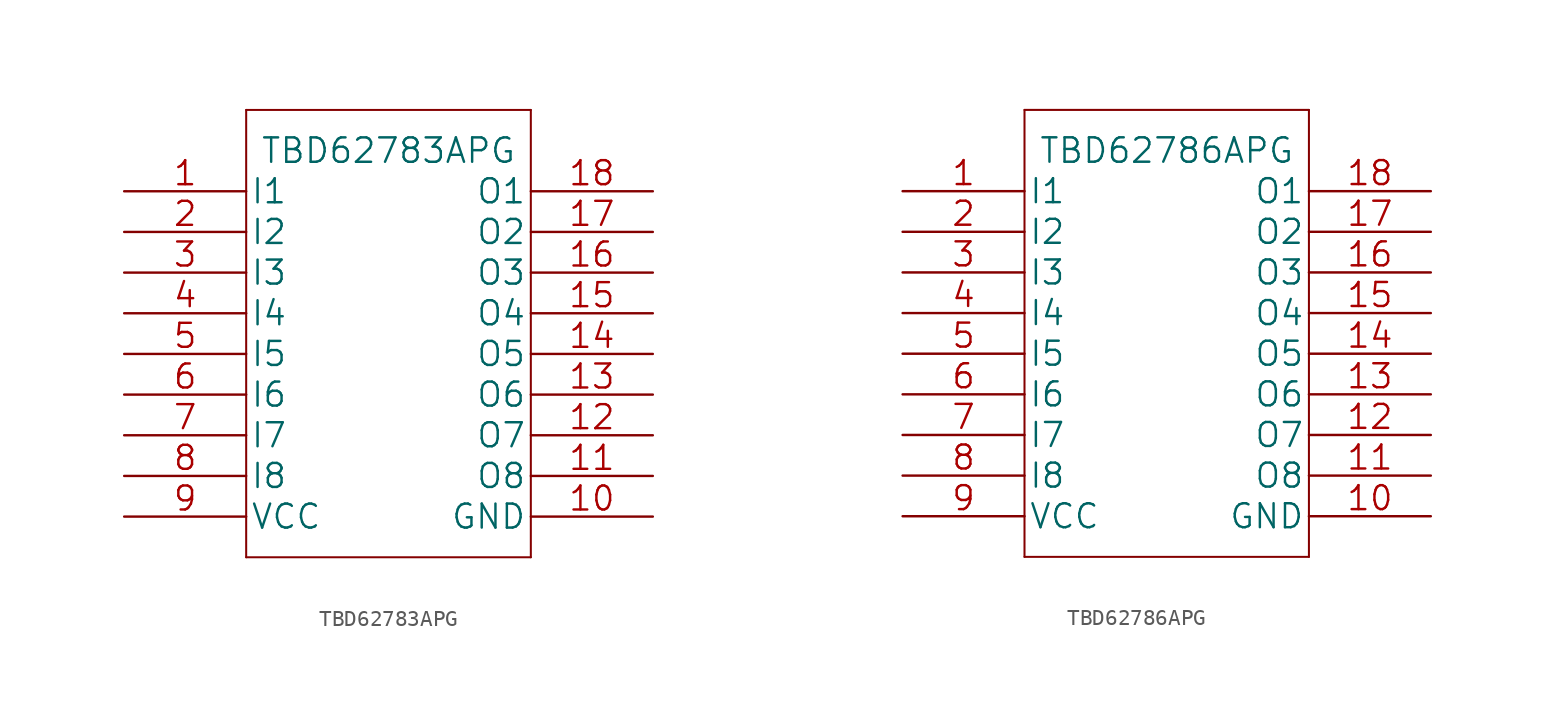
<source format=kicad_sym>
(kicad_symbol_lib
  (version 20211014)
  (generator kicad_symbol_editor)
  (symbol "TBD62783APG"
    (pin_names
      (offset 0.254))
    (property "Reference" "U"
      (at 20.32 10.16 0)
      (effects (font (size 1.524 1.524)) hide))
    (property "Value" "TBD62783APG"
      (at 16.51 2.54 0)
      (effects (font (size 1.524 1.524))))
    (property "Datasheet" ""
      (at 0 0 0)
      (effects (font (size 1.524 1.524))))
    (property "ki_locked" ""
      (at 0 0 0)
      (effects (font (size 1.27 1.27))))
    (symbol "TBD62783APG_1_1"
      (polyline (pts (xy 7.62 -22.86) (xy 25.4 -22.86)) (stroke (width 0.127) (type default) (color 0 0 0 0)) (fill (type none)))
      (polyline (pts (xy 7.62 5.08) (xy 7.62 -22.86)) (stroke (width 0.127) (type default) (color 0 0 0 0)) (fill (type none)))
      (polyline (pts (xy 25.4 -22.86) (xy 25.4 5.08)) (stroke (width 0.127) (type default) (color 0 0 0 0)) (fill (type none)))
      (polyline (pts (xy 25.4 5.08) (xy 7.62 5.08)) (stroke (width 0.127) (type default) (color 0 0 0 0)) (fill (type none)))
      (pin input line (at 0 0 0) (length 7.62) (name "I1" (effects (font (size 1.499 1.499)))) (number "1" (effects (font (size 1.499 1.499)))))
      (pin power_in line (at 33.02 -20.32 180) (length 7.62) (name "GND" (effects (font (size 1.499 1.499)))) (number "10" (effects (font (size 1.499 1.499)))))
      (pin output line (at 33.02 -17.78 180) (length 7.62) (name "O8" (effects (font (size 1.499 1.499)))) (number "11" (effects (font (size 1.499 1.499)))))
      (pin output line (at 33.02 -15.24 180) (length 7.62) (name "O7" (effects (font (size 1.499 1.499)))) (number "12" (effects (font (size 1.499 1.499)))))
      (pin output line (at 33.02 -12.7 180) (length 7.62) (name "O6" (effects (font (size 1.499 1.499)))) (number "13" (effects (font (size 1.499 1.499)))))
      (pin output line (at 33.02 -10.16 180) (length 7.62) (name "O5" (effects (font (size 1.499 1.499)))) (number "14" (effects (font (size 1.499 1.499)))))
      (pin output line (at 33.02 -7.62 180) (length 7.62) (name "O4" (effects (font (size 1.499 1.499)))) (number "15" (effects (font (size 1.499 1.499)))))
      (pin output line (at 33.02 -5.08 180) (length 7.62) (name "O3" (effects (font (size 1.499 1.499)))) (number "16" (effects (font (size 1.499 1.499)))))
      (pin output line (at 33.02 -2.54 180) (length 7.62) (name "O2" (effects (font (size 1.499 1.499)))) (number "17" (effects (font (size 1.499 1.499)))))
      (pin output line (at 33.02 0 180) (length 7.62) (name "O1" (effects (font (size 1.499 1.499)))) (number "18" (effects (font (size 1.499 1.499)))))
      (pin input line (at 0 -2.54 0) (length 7.62) (name "I2" (effects (font (size 1.499 1.499)))) (number "2" (effects (font (size 1.499 1.499)))))
      (pin input line (at 0 -5.08 0) (length 7.62) (name "I3" (effects (font (size 1.499 1.499)))) (number "3" (effects (font (size 1.499 1.499)))))
      (pin input line (at 0 -7.62 0) (length 7.62) (name "I4" (effects (font (size 1.499 1.499)))) (number "4" (effects (font (size 1.499 1.499)))))
      (pin input line (at 0 -10.16 0) (length 7.62) (name "I5" (effects (font (size 1.499 1.499)))) (number "5" (effects (font (size 1.499 1.499)))))
      (pin input line (at 0 -12.7 0) (length 7.62) (name "I6" (effects (font (size 1.499 1.499)))) (number "6" (effects (font (size 1.499 1.499)))))
      (pin input line (at 0 -15.24 0) (length 7.62) (name "I7" (effects (font (size 1.499 1.499)))) (number "7" (effects (font (size 1.499 1.499)))))
      (pin input line (at 0 -17.78 0) (length 7.62) (name "I8" (effects (font (size 1.499 1.499)))) (number "8" (effects (font (size 1.499 1.499)))))
      (pin power_in line (at 0 -20.32 0) (length 7.62) (name "VCC" (effects (font (size 1.499 1.499)))) (number "9" (effects (font (size 1.499 1.499)))))))
  (symbol "TBD62786APG"
    (pin_names
      (offset 0.254))
    (property "Reference" "U"
      (at 20.32 10.16 0)
      (effects (font (size 1.524 1.524)) hide))
    (property "Value" "TBD62786APG"
      (at 20.32 2.54 0)
      (effects (font (size 1.524 1.524))))
    (property "Datasheet" ""
      (at 0 0 0)
      (effects (font (size 1.524 1.524))))
    (property "ki_locked" ""
      (at 0 0 0)
      (effects (font (size 1.27 1.27))))
    (symbol "TBD62786APG_1_1"
      (polyline (pts (xy 11.43 -22.86) (xy 29.21 -22.86)) (stroke (width 0.127) (type default) (color 0 0 0 0)) (fill (type none)))
      (polyline (pts (xy 11.43 5.08) (xy 11.43 -22.86)) (stroke (width 0.127) (type default) (color 0 0 0 0)) (fill (type none)))
      (polyline (pts (xy 29.21 -22.86) (xy 29.21 5.08)) (stroke (width 0.127) (type default) (color 0 0 0 0)) (fill (type none)))
      (polyline (pts (xy 29.21 5.08) (xy 11.43 5.08)) (stroke (width 0.127) (type default) (color 0 0 0 0)) (fill (type none)))
      (pin input line (at 3.81 0 0) (length 7.62) (name "I1" (effects (font (size 1.499 1.499)))) (number "1" (effects (font (size 1.499 1.499)))))
      (pin power_in line (at 36.83 -20.32 180) (length 7.62) (name "GND" (effects (font (size 1.499 1.499)))) (number "10" (effects (font (size 1.499 1.499)))))
      (pin output line (at 36.83 -17.78 180) (length 7.62) (name "O8" (effects (font (size 1.499 1.499)))) (number "11" (effects (font (size 1.499 1.499)))))
      (pin output line (at 36.83 -15.24 180) (length 7.62) (name "O7" (effects (font (size 1.499 1.499)))) (number "12" (effects (font (size 1.499 1.499)))))
      (pin output line (at 36.83 -12.7 180) (length 7.62) (name "O6" (effects (font (size 1.499 1.499)))) (number "13" (effects (font (size 1.499 1.499)))))
      (pin output line (at 36.83 -10.16 180) (length 7.62) (name "O5" (effects (font (size 1.499 1.499)))) (number "14" (effects (font (size 1.499 1.499)))))
      (pin output line (at 36.83 -7.62 180) (length 7.62) (name "O4" (effects (font (size 1.499 1.499)))) (number "15" (effects (font (size 1.499 1.499)))))
      (pin output line (at 36.83 -5.08 180) (length 7.62) (name "O3" (effects (font (size 1.499 1.499)))) (number "16" (effects (font (size 1.499 1.499)))))
      (pin output line (at 36.83 -2.54 180) (length 7.62) (name "O2" (effects (font (size 1.499 1.499)))) (number "17" (effects (font (size 1.499 1.499)))))
      (pin output line (at 36.83 0 180) (length 7.62) (name "O1" (effects (font (size 1.499 1.499)))) (number "18" (effects (font (size 1.499 1.499)))))
      (pin input line (at 3.81 -2.54 0) (length 7.62) (name "I2" (effects (font (size 1.499 1.499)))) (number "2" (effects (font (size 1.499 1.499)))))
      (pin input line (at 3.81 -5.08 0) (length 7.62) (name "I3" (effects (font (size 1.499 1.499)))) (number "3" (effects (font (size 1.499 1.499)))))
      (pin input line (at 3.81 -7.62 0) (length 7.62) (name "I4" (effects (font (size 1.499 1.499)))) (number "4" (effects (font (size 1.499 1.499)))))
      (pin input line (at 3.81 -10.16 0) (length 7.62) (name "I5" (effects (font (size 1.499 1.499)))) (number "5" (effects (font (size 1.499 1.499)))))
      (pin input line (at 3.81 -12.7 0) (length 7.62) (name "I6" (effects (font (size 1.499 1.499)))) (number "6" (effects (font (size 1.499 1.499)))))
      (pin input line (at 3.81 -15.24 0) (length 7.62) (name "I7" (effects (font (size 1.499 1.499)))) (number "7" (effects (font (size 1.499 1.499)))))
      (pin input line (at 3.81 -17.78 0) (length 7.62) (name "I8" (effects (font (size 1.499 1.499)))) (number "8" (effects (font (size 1.499 1.499)))))
      (pin power_in line (at 3.81 -20.32 0) (length 7.62) (name "VCC" (effects (font (size 1.499 1.499)))) (number "9" (effects (font (size 1.499 1.499))))))))
</source>
